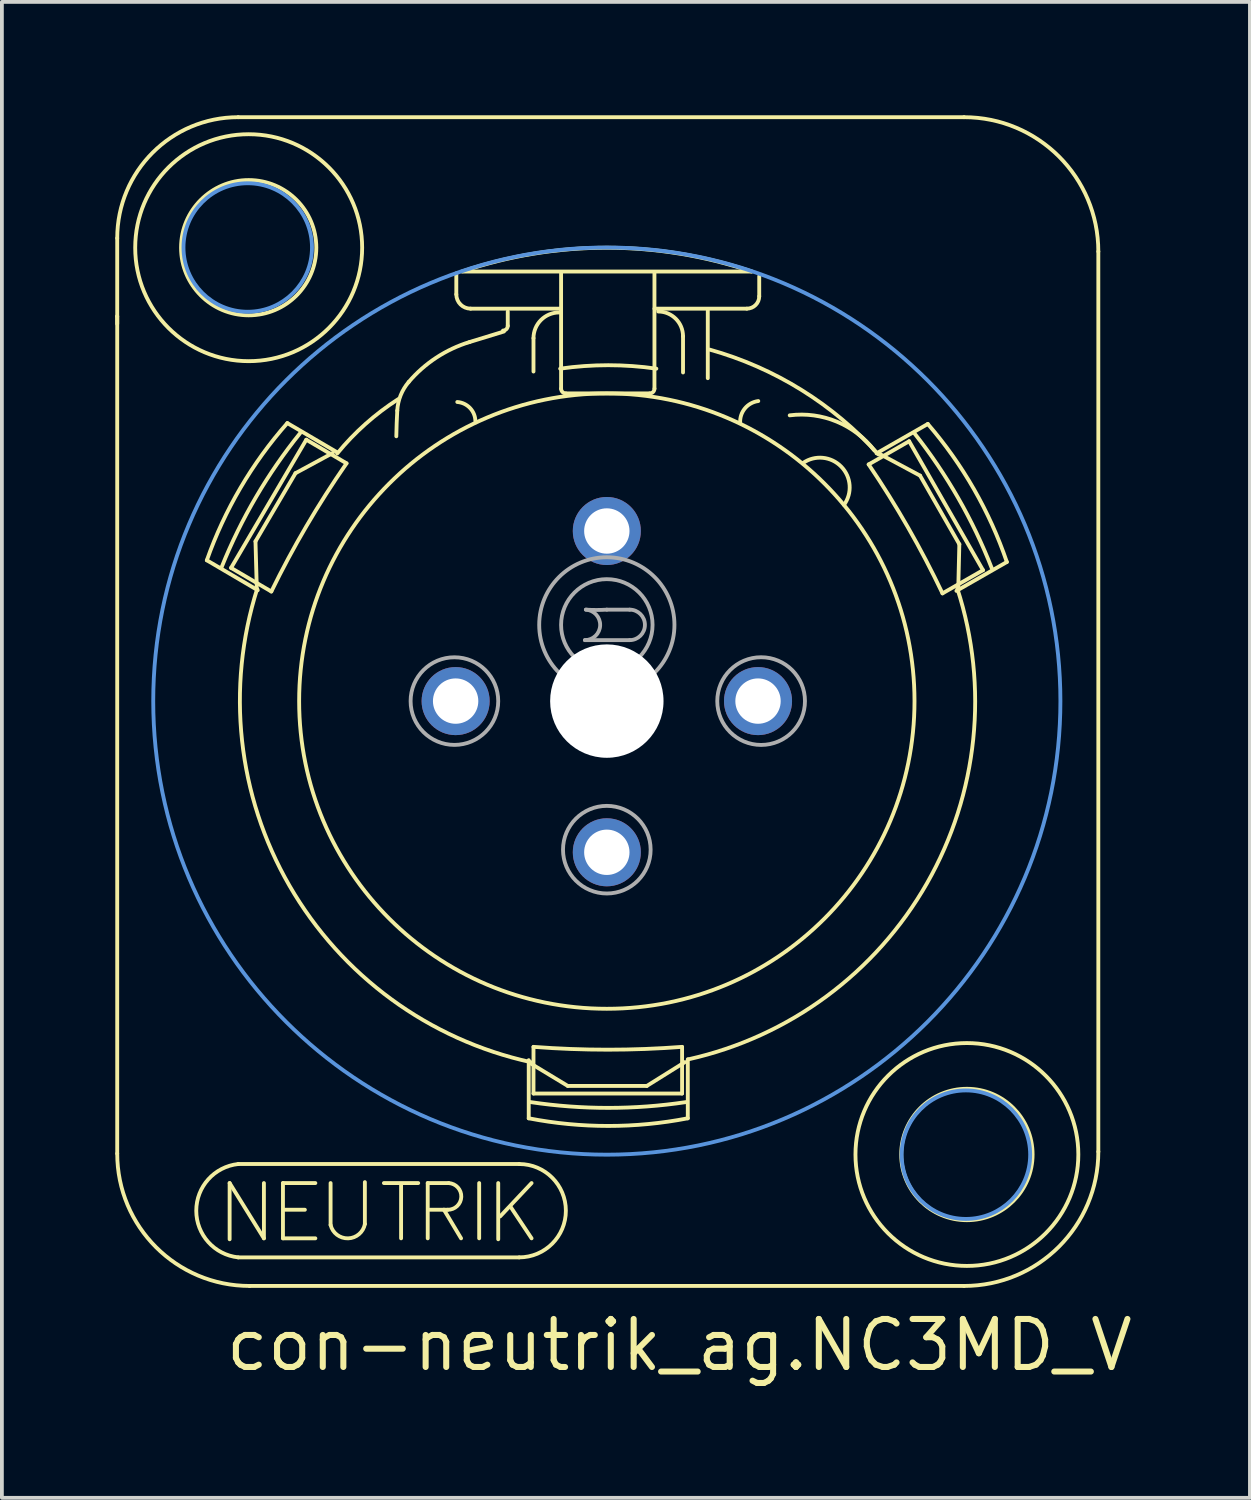
<source format=kicad_pcb>
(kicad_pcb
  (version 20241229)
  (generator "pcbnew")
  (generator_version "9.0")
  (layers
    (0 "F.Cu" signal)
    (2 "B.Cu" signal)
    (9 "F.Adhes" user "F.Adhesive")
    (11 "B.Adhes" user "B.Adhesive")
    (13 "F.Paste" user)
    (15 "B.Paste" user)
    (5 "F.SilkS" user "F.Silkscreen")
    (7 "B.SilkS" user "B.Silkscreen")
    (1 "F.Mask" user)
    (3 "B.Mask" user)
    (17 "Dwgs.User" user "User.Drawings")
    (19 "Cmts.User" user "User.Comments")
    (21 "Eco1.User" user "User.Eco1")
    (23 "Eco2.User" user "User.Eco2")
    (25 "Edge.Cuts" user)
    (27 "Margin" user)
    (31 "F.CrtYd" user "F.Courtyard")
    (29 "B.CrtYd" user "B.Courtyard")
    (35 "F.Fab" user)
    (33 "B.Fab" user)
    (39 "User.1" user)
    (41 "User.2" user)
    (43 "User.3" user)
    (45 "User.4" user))
  (footprint "con-neutrik_ag.NC3MD_V"
    (layer "F.Cu")
    (at 13.004 15.498)
    (property "Reference" "con-neutrik_ag.NC3MD_V" (at -10.16 17.78 0) (layer "F.SilkS") (effects (font (size 1.27 1.27) (thickness 0.16)) (justify left bottom)))
    (attr through_hole)
    (fp_line (start -12.953 -10.181) (end -12.953 -12.247) (stroke (width 0.102) (type default)) (layer "F.SilkS"))
    (fp_line (start -12.953 -9.979) (end -12.953 -10.181) (stroke (width 0.102) (type default)) (layer "F.SilkS"))
    (fp_line (start -12.953 11.97) (end -12.953 -10.181) (stroke (width 0.102) (type default)) (layer "F.SilkS"))
    (fp_line (start -10.582 -3.725) (end -9.235 -2.934) (stroke (width 0.102) (type default)) (layer "F.SilkS"))
    (fp_line (start -9.979 12.751) (end -9.072 14.213) (stroke (width 0.102) (type default)) (layer "F.SilkS"))
    (fp_line (start -9.979 14.238) (end -9.979 12.751) (stroke (width 0.102) (type default)) (layer "F.SilkS"))
    (fp_line (start -9.941 -3.524) (end -7.951 -6.915) (stroke (width 0.102) (type default)) (layer "F.SilkS"))
    (fp_line (start -9.752 -15.448) (end 9.45 -15.448) (stroke (width 0.102) (type default)) (layer "F.SilkS"))
    (fp_line (start -9.752 12.247) (end -2.318 12.247) (stroke (width 0.102) (type default)) (layer "F.SilkS"))
    (fp_line (start -9.295 -4.226) (end -9.262 -3.038) (stroke (width 0.102) (type default)) (layer "F.SilkS"))
    (fp_line (start -9.072 14.213) (end -9.072 12.751) (stroke (width 0.102) (type default)) (layer "F.SilkS"))
    (fp_line (start -8.876 -2.899) (end -9.941 -3.524) (stroke (width 0.102) (type default)) (layer "F.SilkS"))
    (fp_line (start -8.568 12.751) (end -8.568 14.213) (stroke (width 0.102) (type default)) (layer "F.SilkS"))
    (fp_line (start -8.568 14.213) (end -7.711 14.213) (stroke (width 0.102) (type default)) (layer "F.SilkS"))
    (fp_line (start -8.518 13.457) (end -7.988 13.457) (stroke (width 0.102) (type default)) (layer "F.SilkS"))
    (fp_line (start -8.236 -6.03) (end -9.295 -4.226) (stroke (width 0.102) (type default)) (layer "F.SilkS"))
    (fp_line (start -7.951 -6.915) (end -6.886 -6.29) (stroke (width 0.102) (type default)) (layer "F.SilkS"))
    (fp_line (start -7.711 12.751) (end -8.568 12.751) (stroke (width 0.102) (type default)) (layer "F.SilkS"))
    (fp_line (start -7.308 12.751) (end -7.308 13.86) (stroke (width 0.102) (type default)) (layer "F.SilkS"))
    (fp_line (start -7.252 -6.563) (end -8.236 -6.03) (stroke (width 0.102) (type default)) (layer "F.SilkS"))
    (fp_line (start -7.127 -6.577) (end -8.453 -7.355) (stroke (width 0.102) (type default)) (layer "F.SilkS"))
    (fp_line (start -6.401 13.835) (end -6.401 12.726) (stroke (width 0.102) (type default)) (layer "F.SilkS"))
    (fp_line (start -5.897 12.751) (end -4.99 12.751) (stroke (width 0.102) (type default)) (layer "F.SilkS"))
    (fp_line (start -5.443 12.776) (end -5.443 14.213) (stroke (width 0.102) (type default)) (layer "F.SilkS"))
    (fp_line (start -4.738 12.751) (end -4.183 12.751) (stroke (width 0.102) (type default)) (layer "F.SilkS"))
    (fp_line (start -4.738 14.213) (end -4.738 12.751) (stroke (width 0.102) (type default)) (layer "F.SilkS"))
    (fp_line (start -4.309 13.457) (end -4.687 13.457) (stroke (width 0.102) (type default)) (layer "F.SilkS"))
    (fp_line (start -4.309 13.457) (end -3.856 14.213) (stroke (width 0.102) (type default)) (layer "F.SilkS"))
    (fp_line (start -4.208 13.457) (end -4.309 13.457) (stroke (width 0.102) (type default)) (layer "F.SilkS"))
    (fp_line (start -3.982 -11.315) (end -3.982 -10.76) (stroke (width 0.102) (type default)) (layer "F.SilkS"))
    (fp_line (start -3.805 -11.365) (end 3.83 -11.365) (stroke (width 0.102) (type default)) (layer "F.SilkS"))
    (fp_line (start -3.604 -10.382) (end -1.21 -10.382) (stroke (width 0.102) (type default)) (layer "F.SilkS"))
    (fp_line (start -3.377 12.751) (end -3.377 14.213) (stroke (width 0.102) (type default)) (layer "F.SilkS"))
    (fp_line (start -2.873 12.751) (end -2.873 14.238) (stroke (width 0.102) (type default)) (layer "F.SilkS"))
    (fp_line (start -2.722 -9.778) (end -3.629 -9.5) (stroke (width 0.102) (type default)) (layer "F.SilkS"))
    (fp_line (start -2.621 -10.307) (end -2.621 -9.929) (stroke (width 0.102) (type default)) (layer "F.SilkS"))
    (fp_line (start -2.545 13.381) (end -1.991 14.213) (stroke (width 0.102) (type default)) (layer "F.SilkS"))
    (fp_line (start -2.318 14.717) (end -9.752 14.717) (stroke (width 0.102) (type default)) (layer "F.SilkS"))
    (fp_line (start -2.066 9.5) (end -2.066 11.038) (stroke (width 0.102) (type default)) (layer "F.SilkS"))
    (fp_line (start -1.991 9.601) (end -1.033 10.181) (stroke (width 0.102) (type default)) (layer "F.SilkS"))
    (fp_line (start -1.991 12.751) (end -2.822 13.633) (stroke (width 0.102) (type default)) (layer "F.SilkS"))
    (fp_line (start -1.94 -8.719) (end -1.94 -9.601) (stroke (width 0.102) (type default)) (layer "F.SilkS"))
    (fp_line (start -1.94 10.382) (end -1.94 9.148) (stroke (width 0.102) (type default)) (layer "F.SilkS"))
    (fp_line (start -1.21 -11.315) (end -1.21 -8.266) (stroke (width 0.102) (type default)) (layer "F.SilkS"))
    (fp_line (start -1.084 -8.14) (end 1.134 -8.14) (stroke (width 0.102) (type default)) (layer "F.SilkS"))
    (fp_line (start -1.033 10.181) (end 1.058 10.181) (stroke (width 0.102) (type default)) (layer "F.SilkS"))
    (fp_line (start 1.058 10.181) (end 2.066 9.551) (stroke (width 0.102) (type default)) (layer "F.SilkS"))
    (fp_line (start 1.26 -10.382) (end 3.704 -10.382) (stroke (width 0.102) (type default)) (layer "F.SilkS"))
    (fp_line (start 1.26 -8.266) (end 1.26 -11.315) (stroke (width 0.102) (type default)) (layer "F.SilkS"))
    (fp_line (start 1.991 9.148) (end 1.991 10.382) (stroke (width 0.102) (type default)) (layer "F.SilkS"))
    (fp_line (start 1.991 10.382) (end -1.94 10.382) (stroke (width 0.102) (type default)) (layer "F.SilkS"))
    (fp_line (start 2.016 -8.694) (end 2.016 -9.652) (stroke (width 0.102) (type default)) (layer "F.SilkS"))
    (fp_line (start 2.142 11.038) (end 2.142 9.475) (stroke (width 0.102) (type default)) (layer "F.SilkS"))
    (fp_line (start 2.671 -8.543) (end 2.671 -10.332) (stroke (width 0.102) (type default)) (layer "F.SilkS"))
    (fp_line (start 4.032 -10.71) (end 4.032 -11.239) (stroke (width 0.102) (type default)) (layer "F.SilkS"))
    (fp_line (start 6.927 -6.261) (end 7.998 -6.875) (stroke (width 0.102) (type default)) (layer "F.SilkS"))
    (fp_line (start 7.998 -6.875) (end 9.952 -3.463) (stroke (width 0.102) (type default)) (layer "F.SilkS"))
    (fp_line (start 8.287 -5.965) (end 7.239 -6.527) (stroke (width 0.102) (type default)) (layer "F.SilkS"))
    (fp_line (start 8.492 -7.332) (end 7.136 -6.555) (stroke (width 0.102) (type default)) (layer "F.SilkS"))
    (fp_line (start 9.249 -2.916) (end 10.583 -3.68) (stroke (width 0.102) (type default)) (layer "F.SilkS"))
    (fp_line (start 9.299 -3.031) (end 9.326 -4.15) (stroke (width 0.102) (type default)) (layer "F.SilkS"))
    (fp_line (start 9.326 -4.15) (end 8.287 -5.965) (stroke (width 0.102) (type default)) (layer "F.SilkS"))
    (fp_line (start 9.45 15.473) (end -9.45 15.473) (stroke (width 0.102) (type default)) (layer "F.SilkS"))
    (fp_line (start 9.952 -3.463) (end 8.88 -2.85) (stroke (width 0.102) (type default)) (layer "F.SilkS"))
    (fp_line (start 13.003 -11.894) (end 13.003 11.92) (stroke (width 0.102) (type default)) (layer "F.SilkS"))
    (fp_arc (start -12.9528 -12.2472) (mid -12.015425 -14.510225) (end -9.7524 -15.4476) (stroke (width 0.1016) (type default)) (layer "F.SilkS"))
    (fp_arc (start -10.5822 -3.7251) (mid -9.691784 -5.642311) (end -8.4526 -7.3549) (stroke (width 0.1016) (type default)) (layer "F.SilkS"))
    (fp_arc (start -10.1872 -3.5518) (mid -9.279417 -5.400363) (end -8.1086 -7.0946) (stroke (width 0.1016) (type default)) (layer "F.SilkS"))
    (fp_arc (start -9.7524 14.7168) (mid -10.861431 13.482) (end -9.7524 12.2472) (stroke (width 0.1016) (type default)) (layer "F.SilkS"))
    (fp_arc (start -9.45 15.4728) (mid -11.926854 14.446854) (end -12.9528 11.97) (stroke (width 0.1016) (type default)) (layer "F.SilkS"))
    (fp_arc (start -8.8756 -2.8991) (mid -7.945374 -4.632279) (end -6.8862 -6.2898) (stroke (width 0.1016) (type default)) (layer "F.SilkS"))
    (fp_arc (start -7.1316 -6.552) (mid -6.381796 -7.333747) (end -5.5188 -7.9884) (stroke (width 0.1016) (type default)) (layer "F.SilkS"))
    (fp_arc (start -6.4008 13.8348) (mid -6.844232 14.213466) (end -7.308 13.86) (stroke (width 0.1016) (type default)) (layer "F.SilkS"))
    (fp_arc (start -5.5692 -7.0056) (mid -5.559696 -7.345915) (end -5.544 -7.686) (stroke (width 0.1016) (type default)) (layer "F.SilkS"))
    (fp_arc (start -5.544 -7.686) (mid -5.454836 -8.088814) (end -5.2416 -8.442) (stroke (width 0.1016) (type default)) (layer "F.SilkS"))
    (fp_arc (start -5.2416 -8.442) (mid -4.510913 -9.086572) (end -3.6288 -9.5004) (stroke (width 0.1016) (type default)) (layer "F.SilkS"))
    (fp_arc (start -4.1832 12.7512) (mid -3.852275 13.116269) (end -4.2084 13.4568) (stroke (width 0.1016) (type default)) (layer "F.SilkS"))
    (fp_arc (start -3.9564 -7.9128) (mid -3.619262 -7.753651) (end -3.4776 -7.4088) (stroke (width 0.1016) (type default)) (layer "F.SilkS"))
    (fp_arc (start -3.8304 -11.3652) (mid 0 -11.993981) (end 3.8304 -11.3652) (stroke (width 0.1016) (type default)) (layer "F.SilkS"))
    (fp_arc (start -3.6036 -10.3824) (mid -3.870886 -10.493114) (end -3.9816 -10.7604) (stroke (width 0.1016) (type default)) (layer "F.SilkS"))
    (fp_arc (start -2.6208 -9.9288) (mid -2.657705 -9.839705) (end -2.7468 -9.8028) (stroke (width 0.1016) (type default)) (layer "F.SilkS"))
    (fp_arc (start -2.3184 12.2472) (mid -1.0836 13.482) (end -2.3184 14.7168) (stroke (width 0.1016) (type default)) (layer "F.SilkS"))
    (fp_arc (start -2.016 9.5508) (mid -8.395454 4.884282) (end -9.2484 -2.9736) (stroke (width 0.1016) (type default)) (layer "F.SilkS"))
    (fp_arc (start -1.9404 -9.6012) (mid -1.741115 -10.082315) (end -1.26 -10.2816) (stroke (width 0.1016) (type default)) (layer "F.SilkS"))
    (fp_arc (start -1.2348 -8.7948) (mid 0.0378 -8.886007) (end 1.3104 -8.7948) (stroke (width 0.1016) (type default)) (layer "F.SilkS"))
    (fp_arc (start -1.0836 -8.1396) (mid -1.172695 -8.176505) (end -1.2096 -8.2656) (stroke (width 0.1016) (type default)) (layer "F.SilkS"))
    (fp_arc (start 1.26 -8.2656) (mid 1.223095 -8.176505) (end 1.134 -8.1396) (stroke (width 0.1016) (type default)) (layer "F.SilkS"))
    (fp_arc (start 1.3608 -10.3068) (mid 1.824096 -10.114896) (end 2.016 -9.6516) (stroke (width 0.1016) (type default)) (layer "F.SilkS"))
    (fp_arc (start 1.9908 9.1476) (mid 0.0252 9.222351) (end -1.9404 9.1476) (stroke (width 0.1016) (type default)) (layer "F.SilkS"))
    (fp_arc (start 2.0916 10.6092) (mid 0.0378 10.761684) (end -2.016 10.6092) (stroke (width 0.1016) (type default)) (layer "F.SilkS"))
    (fp_arc (start 2.142 11.0376) (mid 0.0378 11.239782) (end -2.0664 11.0376) (stroke (width 0.1016) (type default)) (layer "F.SilkS"))
    (fp_arc (start 2.7216 -9.2988) (mid 5.149852 -8.231484) (end 7.182 -6.5268) (stroke (width 0.1016) (type default)) (layer "F.SilkS"))
    (fp_arc (start 3.528 -7.3584) (mid 3.652983 -7.742718) (end 4.0068 -7.938) (stroke (width 0.1016) (type default)) (layer "F.SilkS"))
    (fp_arc (start 4.032 -10.71) (mid 3.936048 -10.478352) (end 3.7044 -10.3824) (stroke (width 0.1016) (type default)) (layer "F.SilkS"))
    (fp_arc (start 4.8384 -7.56) (mid 6.084142 -7.392894) (end 7.0812 -6.6276) (stroke (width 0.1016) (type default)) (layer "F.SilkS"))
    (fp_arc (start 5.1912 -6.3) (mid 6.201229 -6.203188) (end 6.2748 -5.1912) (stroke (width 0.1016) (type default)) (layer "F.SilkS"))
    (fp_arc (start 6.9267 -6.2611) (mid 7.968417 -4.592549) (end 8.8804 -2.8497) (stroke (width 0.1016) (type default)) (layer "F.SilkS"))
    (fp_arc (start 8.1449 -7.0749) (mid 9.297919 -5.368482) (end 10.1863 -3.5105) (stroke (width 0.1016) (type default)) (layer "F.SilkS"))
    (fp_arc (start 8.4916 -7.3316) (mid 9.712794 -5.60613) (end 10.5831 -3.6797) (stroke (width 0.1016) (type default)) (layer "F.SilkS"))
    (fp_arc (start 9.2736 -2.9736) (mid 8.469424 4.820081) (end 2.1672 9.4752) (stroke (width 0.1016) (type default)) (layer "F.SilkS"))
    (fp_arc (start 9.45 -15.4476) (mid 11.962492 -14.406892) (end 13.0032 -11.8944) (stroke (width 0.1016) (type default)) (layer "F.SilkS"))
    (fp_arc (start 13.0032 11.9196) (mid 11.962492 14.432092) (end 9.45 15.4728) (stroke (width 0.1016) (type default)) (layer "F.SilkS"))
    (fp_circle (center -9.475 -11.995) (end -7.686 -11.995) (stroke (width 0.102) (type default)) (fill no) (layer "F.SilkS"))
    (fp_circle (center -9.475 -11.995) (end -6.473 -11.995) (stroke (width 0.102) (type default)) (fill no) (layer "F.SilkS"))
    (fp_circle (center 0 0) (end 8.14 0) (stroke (width 0.102) (type default)) (fill no) (layer "F.SilkS"))
    (fp_circle (center 9.526 11.995) (end 11.264 11.995) (stroke (width 0.102) (type default)) (fill no) (layer "F.SilkS"))
    (fp_circle (center 9.526 11.995) (end 12.474 11.995) (stroke (width 0.102) (type default)) (fill no) (layer "F.SilkS"))
    (fp_circle (center -9.5 -12) (end -7.8 -12) (stroke (width 0.102) (type default)) (fill no) (layer "Cmts.User"))
    (fp_circle (center 0 0) (end 12 0) (stroke (width 0.102) (type default)) (fill no) (layer "Cmts.User"))
    (fp_circle (center 9.5 12) (end 11.2 12) (stroke (width 0.102) (type default)) (fill no) (layer "Cmts.User"))
    (fp_line (start 0 -2.419) (end 0.605 -2.419) (stroke (width 0.102) (type default)) (layer "F.Fab"))
    (fp_line (start 0.605 -1.613) (end -0.58 -1.613) (stroke (width 0.102) (type default)) (layer "F.Fab"))
    (fp_arc (start -0.5544 -2.4192) (mid -0.176203 -2.003788) (end -0.5796 -1.6128) (stroke (width 0.1016) (type default)) (layer "F.Fab"))
    (fp_arc (start 0 -2.4192) (mid -0.2772 -2.41054) (end -0.5544 -2.4192) (stroke (width 0.1016) (type default)) (layer "F.Fab"))
    (fp_arc (start 0.6048 -2.4192) (mid 1.008 -2.016) (end 0.6048 -1.6128) (stroke (width 0.1016) (type default)) (layer "F.Fab"))
    (fp_circle (center -4.032 0) (end -2.873 0) (stroke (width 0.102) (type default)) (fill no) (layer "F.Fab"))
    (fp_circle (center 0 -2.016) (end 1.21 -2.016) (stroke (width 0.102) (type default)) (fill no) (layer "F.Fab"))
    (fp_circle (center 0 -2.016) (end 1.789 -2.016) (stroke (width 0.102) (type default)) (fill no) (layer "F.Fab"))
    (fp_circle (center 0 3.931) (end 1.159 3.931) (stroke (width 0.102) (type default)) (fill no) (layer "F.Fab"))
    (fp_circle (center 4.082 0) (end 5.242 0) (stroke (width 0.102) (type default)) (fill no) (layer "F.Fab"))
    (pad "" np_thru_hole circle (at 0 0) (size 3 3) (drill 3) (layers "*.Cu" "*.Mask"))
    (pad "1" thru_hole circle (at -4 0) (size 1.8 1.8) (drill 1.2) (layers "*.Cu" "*.Mask"))
    (pad "2" thru_hole circle (at 4 0) (size 1.8 1.8) (drill 1.2) (layers "*.Cu" "*.Mask"))
    (pad "3" thru_hole circle (at 0 4) (size 1.8 1.8) (drill 1.2) (layers "*.Cu" "*.Mask"))
    (pad "G" thru_hole circle (at 0 -4.5) (size 1.8 1.8) (drill 1.2) (layers "*.Cu" "*.Mask")))
  (gr_rect
    (start -3 -3)
    (end 30.018 36.576)
    (stroke (width 0.1) (type default))
    (fill no)
    (layer "Edge.Cuts")))
</source>
